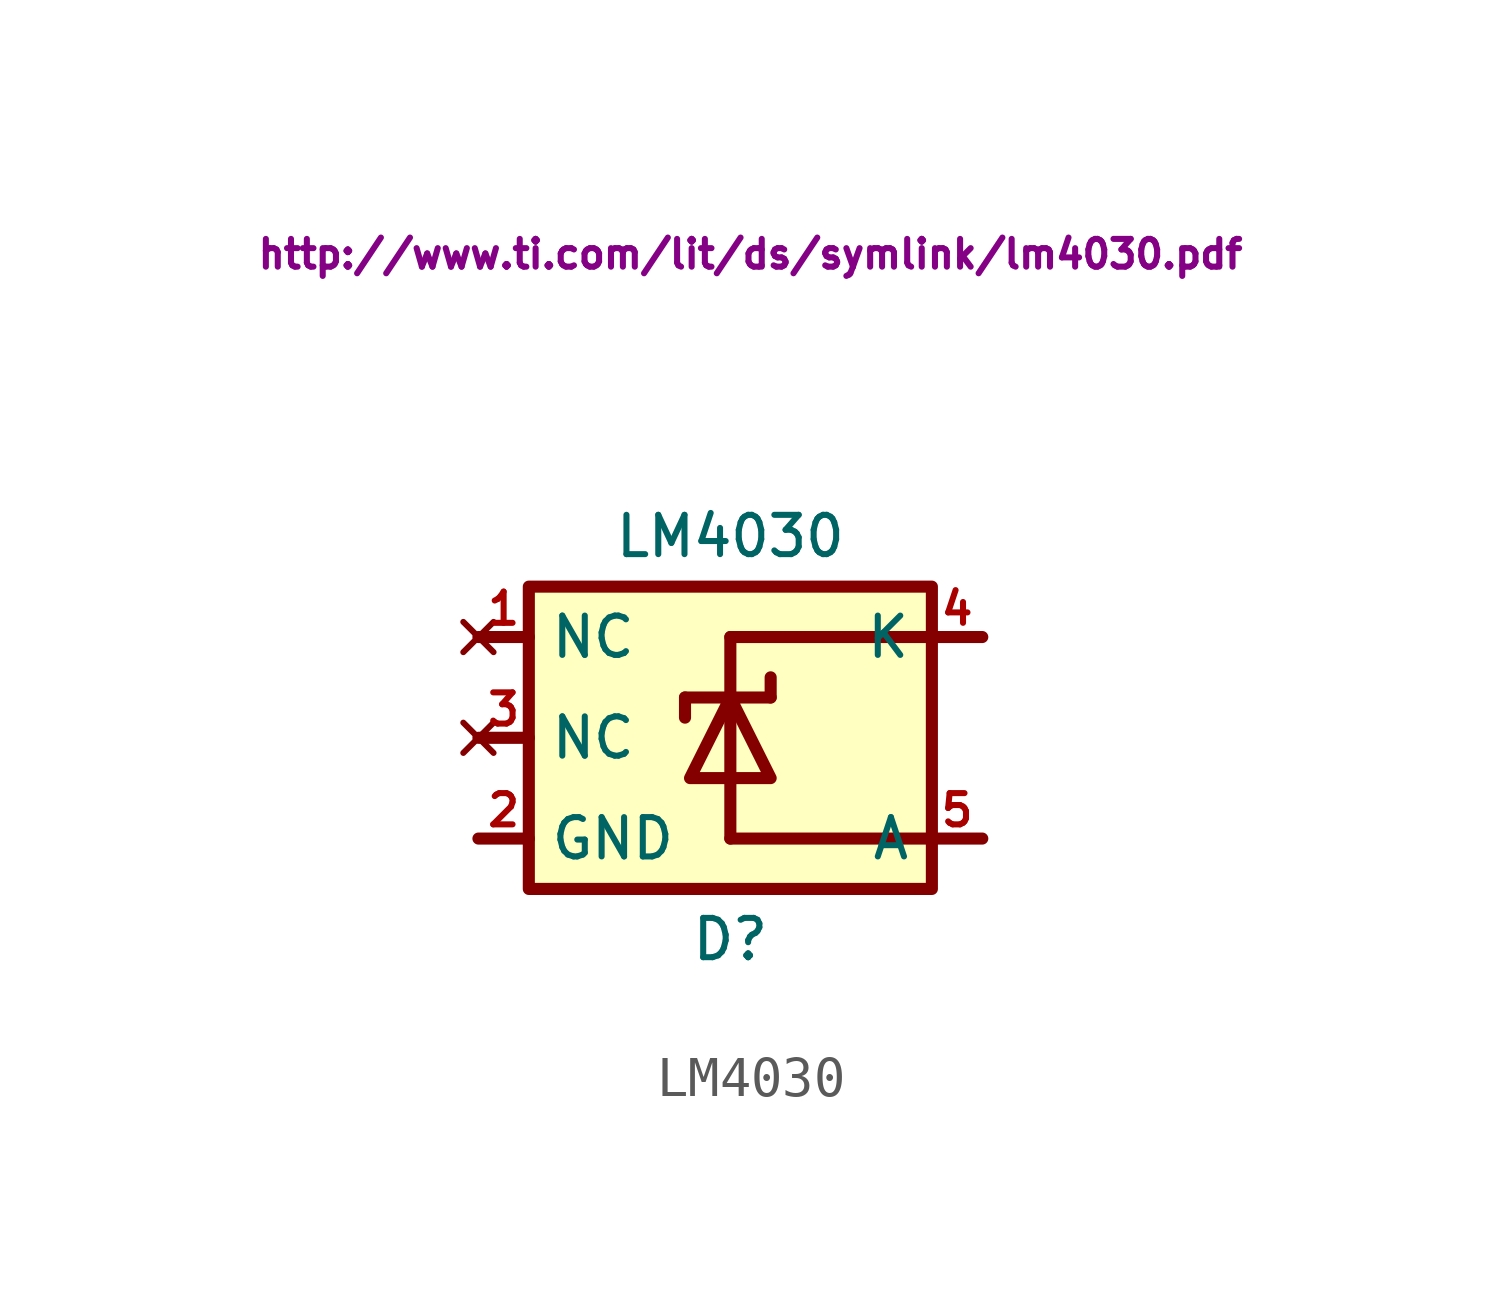
<source format=kicad_sym>
(kicad_symbol_lib
  (version 20231120)
  (generator "kicad_symbol_editor")
  (generator_version "8.0")
  (symbol "LM4030"
    (property "Reference" "D"
      (at 0 -5.08 0)
      (effects (font (size 0.991 0.991))))
    (property "Value" "LM4030"
      (at 0 5.08 0)
      (effects (font (size 0.991 0.991))))
    (property "Footprint" ""
      (at 0 0.254 90)
      (effects (font (size 1.524 1.524))))
    (property "Datasheet" "http://www.ti.com/lit/ds/symlink/lm4030.pdf"
      (at 0.508 12.192 0)
      (effects (font (size 0.7 0.7))))
    (symbol "LM4030_0_1"
      (rectangle (start -5.08 3.81) (end 5.08 -3.81) (stroke (width 0.305) (type default)) (fill (type background)))
      (polyline (pts (xy -6.35 -2.54) (xy -5.08 -2.54)) (stroke (width 0.305) (type default)) (fill (type none)))
      (polyline (pts (xy -6.35 0) (xy -5.08 0)) (stroke (width 0.305) (type default)) (fill (type none)))
      (polyline (pts (xy -6.35 2.54) (xy -5.08 2.54)) (stroke (width 0.305) (type default)) (fill (type none)))
      (polyline (pts (xy -1.143 1.016) (xy -1.143 0.508)) (stroke (width 0.305) (type default)) (fill (type none)))
      (polyline (pts (xy 0 2.54) (xy 0 -2.54)) (stroke (width 0.305) (type default)) (fill (type none)))
      (polyline (pts (xy 1.016 1.016) (xy 1.016 1.524)) (stroke (width 0.305) (type default)) (fill (type none)))
      (polyline (pts (xy 6.35 -2.54) (xy 0 -2.54)) (stroke (width 0.305) (type default)) (fill (type none)))
      (polyline (pts (xy 6.35 2.54) (xy 0 2.54)) (stroke (width 0.305) (type default)) (fill (type none)))
      (polyline (pts (xy -1.143 1.016) (xy 0 1.016) (xy -1.016 -1.016) (xy 0 -1.016) (xy 1.016 -1.016) (xy 0 1.016) (xy 1.016 1.016)) (stroke (width 0.305) (type default)) (fill (type none))))
    (symbol "LM4030_1_1"
      (pin no_connect line (at -6.35 2.54 0) (length 1.27) (name "NC" (effects (font (size 0.991 0.991)))) (number "1" (effects (font (size 0.787 0.787)))))
      (pin power_in line (at -6.35 -2.54 0) (length 1.27) (name "GND" (effects (font (size 0.991 0.991)))) (number "2" (effects (font (size 0.787 0.787)))))
      (pin no_connect line (at -6.35 0 0) (length 1.27) (name "NC" (effects (font (size 0.991 0.991)))) (number "3" (effects (font (size 0.787 0.787)))))
      (pin input line (at 6.35 2.54 180) (length 1.27) (name "K" (effects (font (size 0.991 0.991)))) (number "4" (effects (font (size 0.787 0.787)))))
      (pin input line (at 6.35 -2.54 180) (length 1.27) (name "A" (effects (font (size 0.991 0.991)))) (number "5" (effects (font (size 0.787 0.787))))))))
</source>
